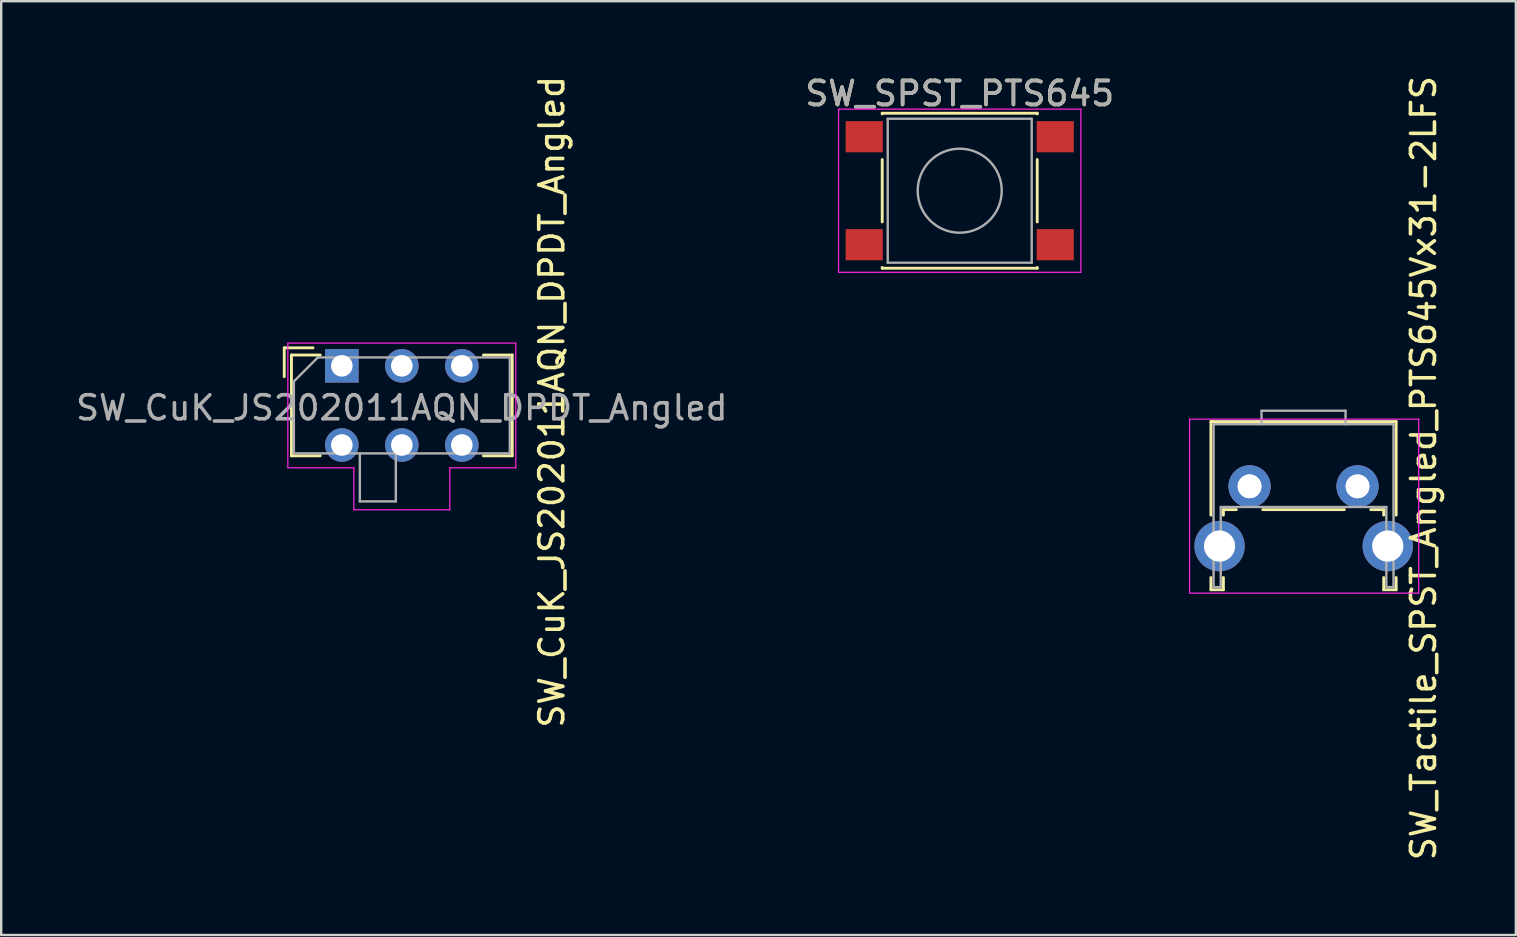
<source format=kicad_pcb>
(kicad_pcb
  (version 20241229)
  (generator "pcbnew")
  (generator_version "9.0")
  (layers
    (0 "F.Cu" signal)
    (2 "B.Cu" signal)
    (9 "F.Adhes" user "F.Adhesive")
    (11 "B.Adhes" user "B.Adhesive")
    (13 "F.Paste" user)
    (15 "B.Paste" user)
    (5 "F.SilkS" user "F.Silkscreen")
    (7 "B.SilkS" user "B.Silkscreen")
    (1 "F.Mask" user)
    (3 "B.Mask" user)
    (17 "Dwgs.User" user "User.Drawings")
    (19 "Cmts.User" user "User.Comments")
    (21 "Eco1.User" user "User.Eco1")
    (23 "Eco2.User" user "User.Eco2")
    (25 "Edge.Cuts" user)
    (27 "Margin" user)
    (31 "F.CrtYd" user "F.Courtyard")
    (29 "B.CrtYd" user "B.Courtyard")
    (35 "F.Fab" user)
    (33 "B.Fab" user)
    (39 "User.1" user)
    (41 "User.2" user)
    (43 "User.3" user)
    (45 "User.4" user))
  (footprint "SW_SPST_PTS645"
    (layer "F.Cu")
    (at 36.946 4.898)
    (property "Reference" "SW_SPST_PTS645" (at 0 -4.05 0) (layer "F.SilkS") (effects (font (size 1 1) (thickness 0.15))))
    (attr smd)
    (fp_line (start -3.23 -3.23) (end 3.23 -3.23) (stroke (width 0.12) (type solid)) (layer "F.SilkS"))
    (fp_line (start -3.23 -3.2) (end -3.23 -3.23) (stroke (width 0.12) (type solid)) (layer "F.SilkS"))
    (fp_line (start -3.23 -1.3) (end -3.23 1.3) (stroke (width 0.12) (type solid)) (layer "F.SilkS"))
    (fp_line (start -3.23 3.23) (end -3.23 3.2) (stroke (width 0.12) (type solid)) (layer "F.SilkS"))
    (fp_line (start -3.23 3.23) (end 3.23 3.23) (stroke (width 0.12) (type solid)) (layer "F.SilkS"))
    (fp_line (start 3.23 -3.23) (end 3.23 -3.2) (stroke (width 0.12) (type solid)) (layer "F.SilkS"))
    (fp_line (start 3.23 -1.3) (end 3.23 1.3) (stroke (width 0.12) (type solid)) (layer "F.SilkS"))
    (fp_line (start 3.23 3.23) (end 3.23 3.2) (stroke (width 0.12) (type solid)) (layer "F.SilkS"))
    (fp_line (start -5.05 -3.4) (end -5.05 3.4) (stroke (width 0.05) (type solid)) (layer "F.CrtYd"))
    (fp_line (start -5.05 -3.4) (end 5.05 -3.4) (stroke (width 0.05) (type solid)) (layer "F.CrtYd"))
    (fp_line (start -5.05 3.4) (end 5.05 3.4) (stroke (width 0.05) (type solid)) (layer "F.CrtYd"))
    (fp_line (start 5.05 3.4) (end 5.05 -3.4) (stroke (width 0.05) (type solid)) (layer "F.CrtYd"))
    (fp_line (start -3 -3) (end -3 3) (stroke (width 0.1) (type solid)) (layer "F.Fab"))
    (fp_line (start -3 3) (end 3 3) (stroke (width 0.1) (type solid)) (layer "F.Fab"))
    (fp_line (start 3 -3) (end -3 -3) (stroke (width 0.1) (type solid)) (layer "F.Fab"))
    (fp_line (start 3 3) (end 3 -3) (stroke (width 0.1) (type solid)) (layer "F.Fab"))
    (fp_circle (center 0 0) (end 1.75 -0.05) (stroke (width 0.1) (type solid)) (fill no) (layer "F.Fab"))
    (fp_text user "${REFERENCE}" (at 0 -4.05 0) (layer "F.Fab") (effects (font (size 1 1) (thickness 0.15))))
    (pad "1" smd rect (at -3.98 -2.25) (size 1.55 1.3) (layers "F.Cu" "F.Mask" "F.Paste"))
    (pad "1" smd rect (at 3.98 -2.25) (size 1.55 1.3) (layers "F.Cu" "F.Mask" "F.Paste"))
    (pad "2" smd rect (at -3.98 2.25) (size 1.55 1.3) (layers "F.Cu" "F.Mask" "F.Paste"))
    (pad "2" smd rect (at 3.98 2.25) (size 1.55 1.3) (layers "F.Cu" "F.Mask" "F.Paste")))
  (footprint "SW_CuK_JS202011AQN_DPDT_Angled"
    (layer "F.Cu")
    (at 11.196 12.196)
    (property "Reference" "SW_CuK_JS202011AQN_DPDT_Angled" (at 8.75 1.5 270) (layer "F.SilkS") (effects (font (size 1 1) (thickness 0.15))))
    (attr through_hole)
    (fp_line (start -2.4 -0.75) (end -2.4 0.45) (stroke (width 0.12) (type solid)) (layer "F.SilkS"))
    (fp_line (start -2.1 -0.45) (end -2.1 3.75) (stroke (width 0.12) (type solid)) (layer "F.SilkS"))
    (fp_line (start -2.1 3.75) (end -0.9 3.75) (stroke (width 0.12) (type solid)) (layer "F.SilkS"))
    (fp_line (start -1.2 -0.75) (end -2.4 -0.75) (stroke (width 0.12) (type solid)) (layer "F.SilkS"))
    (fp_line (start -0.9 -0.45) (end -2.1 -0.45) (stroke (width 0.12) (type solid)) (layer "F.SilkS"))
    (fp_line (start 5.9 -0.45) (end 7.1 -0.45) (stroke (width 0.12) (type solid)) (layer "F.SilkS"))
    (fp_line (start 7.1 -0.45) (end 7.1 3.75) (stroke (width 0.12) (type solid)) (layer "F.SilkS"))
    (fp_line (start 7.1 3.75) (end 5.9 3.75) (stroke (width 0.12) (type solid)) (layer "F.SilkS"))
    (fp_line (start -2.25 -0.95) (end 7.25 -0.95) (stroke (width 0.05) (type solid)) (layer "F.CrtYd"))
    (fp_line (start -2.25 4.25) (end -2.25 -0.95) (stroke (width 0.05) (type solid)) (layer "F.CrtYd"))
    (fp_line (start 0.5 4.25) (end -2.25 4.25) (stroke (width 0.05) (type solid)) (layer "F.CrtYd"))
    (fp_line (start 0.5 4.25) (end 0.5 6) (stroke (width 0.05) (type solid)) (layer "F.CrtYd"))
    (fp_line (start 4.5 6) (end 0.5 6) (stroke (width 0.05) (type solid)) (layer "F.CrtYd"))
    (fp_line (start 4.5 6) (end 4.5 4.25) (stroke (width 0.05) (type solid)) (layer "F.CrtYd"))
    (fp_line (start 7.25 -0.95) (end 7.25 4.25) (stroke (width 0.05) (type solid)) (layer "F.CrtYd"))
    (fp_line (start 7.25 4.25) (end 4.5 4.25) (stroke (width 0.05) (type solid)) (layer "F.CrtYd"))
    (fp_line (start -2 3.65) (end -2 0.65) (stroke (width 0.1) (type solid)) (layer "F.Fab"))
    (fp_line (start -1 -0.35) (end -2 0.65) (stroke (width 0.1) (type solid)) (layer "F.Fab"))
    (fp_line (start -1 -0.35) (end 7 -0.35) (stroke (width 0.1) (type solid)) (layer "F.Fab"))
    (fp_line (start 0.75 3.65) (end 0.75 5.65) (stroke (width 0.1) (type solid)) (layer "F.Fab"))
    (fp_line (start 0.75 5.65) (end 2.25 5.65) (stroke (width 0.1) (type solid)) (layer "F.Fab"))
    (fp_line (start 2.25 5.65) (end 2.25 3.65) (stroke (width 0.1) (type solid)) (layer "F.Fab"))
    (fp_line (start 7 -0.35) (end 7 3.65) (stroke (width 0.1) (type solid)) (layer "F.Fab"))
    (fp_line (start 7 3.65) (end -2 3.65) (stroke (width 0.1) (type solid)) (layer "F.Fab"))
    (fp_text user "${REFERENCE}" (at 2.5 1.75 180) (layer "F.Fab") (effects (font (size 1 1) (thickness 0.15))))
    (pad "1" thru_hole rect (at 0 0) (size 1.4 1.4) (drill 0.9) (layers "*.Cu" "*.Mask"))
    (pad "2" thru_hole circle (at 2.5 0) (size 1.4 1.4) (drill 0.9) (layers "*.Cu" "*.Mask"))
    (pad "3" thru_hole circle (at 5 0) (size 1.4 1.4) (drill 0.9) (layers "*.Cu" "*.Mask"))
    (pad "4" thru_hole circle (at 0 3.3) (size 1.4 1.4) (drill 0.9) (layers "*.Cu" "*.Mask"))
    (pad "5" thru_hole circle (at 2.5 3.3) (size 1.4 1.4) (drill 0.9) (layers "*.Cu" "*.Mask"))
    (pad "6" thru_hole circle (at 5 3.3) (size 1.4 1.4) (drill 0.9) (layers "*.Cu" "*.Mask")))
  (footprint "SW_Tactile_SPST_Angled_PTS645Vx31-2LFS"
    (layer "F.Cu")
    (at 49.025 17.218)
    (property "Reference" "SW_Tactile_SPST_Angled_PTS645Vx31-2LFS" (at 7.25 -0.76 90) (layer "F.SilkS") (effects (font (size 1 1) (thickness 0.15))))
    (attr through_hole)
    (fp_line (start -1.61 -2.7) (end -1.61 1.2) (stroke (width 0.12) (type solid)) (layer "F.SilkS"))
    (fp_line (start -1.61 -2.7) (end 6.11 -2.7) (stroke (width 0.12) (type solid)) (layer "F.SilkS"))
    (fp_line (start -1.61 3.8) (end -1.61 4.31) (stroke (width 0.12) (type solid)) (layer "F.SilkS"))
    (fp_line (start -1.61 4.31) (end -1.09 4.31) (stroke (width 0.12) (type solid)) (layer "F.SilkS"))
    (fp_line (start -1.09 0.97) (end -1.09 1.2) (stroke (width 0.12) (type solid)) (layer "F.SilkS"))
    (fp_line (start -1.09 0.97) (end -0.55 0.97) (stroke (width 0.12) (type solid)) (layer "F.SilkS"))
    (fp_line (start -1.09 3.8) (end -1.09 4.31) (stroke (width 0.12) (type solid)) (layer "F.SilkS"))
    (fp_line (start 0.55 0.97) (end 3.95 0.97) (stroke (width 0.12) (type solid)) (layer "F.SilkS"))
    (fp_line (start 5.05 0.97) (end 5.59 0.97) (stroke (width 0.12) (type solid)) (layer "F.SilkS"))
    (fp_line (start 5.59 0.97) (end 5.59 1.2) (stroke (width 0.12) (type solid)) (layer "F.SilkS"))
    (fp_line (start 5.59 3.8) (end 5.59 4.31) (stroke (width 0.12) (type solid)) (layer "F.SilkS"))
    (fp_line (start 5.59 4.31) (end 6.11 4.31) (stroke (width 0.12) (type solid)) (layer "F.SilkS"))
    (fp_line (start 6.11 -2.7) (end 6.11 1.2) (stroke (width 0.12) (type solid)) (layer "F.SilkS"))
    (fp_line (start 6.11 3.8) (end 6.11 4.31) (stroke (width 0.12) (type solid)) (layer "F.SilkS"))
    (fp_line (start -2.5 -2.8) (end 7.05 -2.8) (stroke (width 0.05) (type solid)) (layer "F.CrtYd"))
    (fp_line (start -2.5 4.45) (end -2.5 -2.8) (stroke (width 0.05) (type solid)) (layer "F.CrtYd"))
    (fp_line (start 7.05 -2.8) (end 7.05 4.45) (stroke (width 0.05) (type solid)) (layer "F.CrtYd"))
    (fp_line (start 7.05 4.45) (end -2.5 4.45) (stroke (width 0.05) (type solid)) (layer "F.CrtYd"))
    (fp_line (start -1.5 -2.59) (end 6 -2.59) (stroke (width 0.1) (type solid)) (layer "F.Fab"))
    (fp_line (start -1.5 4.2) (end -1.5 -2.59) (stroke (width 0.1) (type solid)) (layer "F.Fab"))
    (fp_line (start -1.5 4.2) (end -1.2 4.2) (stroke (width 0.1) (type solid)) (layer "F.Fab"))
    (fp_line (start -1.2 0.86) (end 5.7 0.86) (stroke (width 0.1) (type solid)) (layer "F.Fab"))
    (fp_line (start -1.2 4.2) (end -1.2 0.86) (stroke (width 0.1) (type solid)) (layer "F.Fab"))
    (fp_line (start 0.5 -3.15) (end 0.5 -2.59) (stroke (width 0.1) (type solid)) (layer "F.Fab"))
    (fp_line (start 0.5 -3.15) (end 4 -3.15) (stroke (width 0.1) (type solid)) (layer "F.Fab"))
    (fp_line (start 4 -3.15) (end 4 -2.59) (stroke (width 0.1) (type solid)) (layer "F.Fab"))
    (fp_line (start 5.7 4.2) (end 5.7 0.86) (stroke (width 0.1) (type solid)) (layer "F.Fab"))
    (fp_line (start 5.7 4.2) (end 6 4.2) (stroke (width 0.1) (type solid)) (layer "F.Fab"))
    (fp_line (start 6 4.2) (end 6 -2.59) (stroke (width 0.1) (type solid)) (layer "F.Fab"))
    (pad "" thru_hole circle (at -1.25 2.49) (size 2.1 2.1) (drill 1.3) (layers "*.Cu" "*.Mask"))
    (pad "" thru_hole circle (at 5.76 2.49) (size 2.1 2.1) (drill 1.3) (layers "*.Cu" "*.Mask"))
    (pad "1" thru_hole circle (at 0 0) (size 1.75 1.75) (drill 0.99) (layers "*.Cu" "*.Mask"))
    (pad "2" thru_hole circle (at 0 0) (size 1.75 1.75) (drill 0.99) (layers "*.Cu" "*.Mask"))
    (pad "3" thru_hole circle (at 4.5 0) (size 1.75 1.75) (drill 0.99) (layers "*.Cu" "*.Mask"))
    (pad "4" thru_hole circle (at 4.5 0) (size 1.75 1.75) (drill 0.99) (layers "*.Cu" "*.Mask")))
  (gr_rect
    (start -3 -3)
    (end 60.123 35.917)
    (stroke (width 0.1) (type default))
    (fill no)
    (layer "Edge.Cuts")))
</source>
